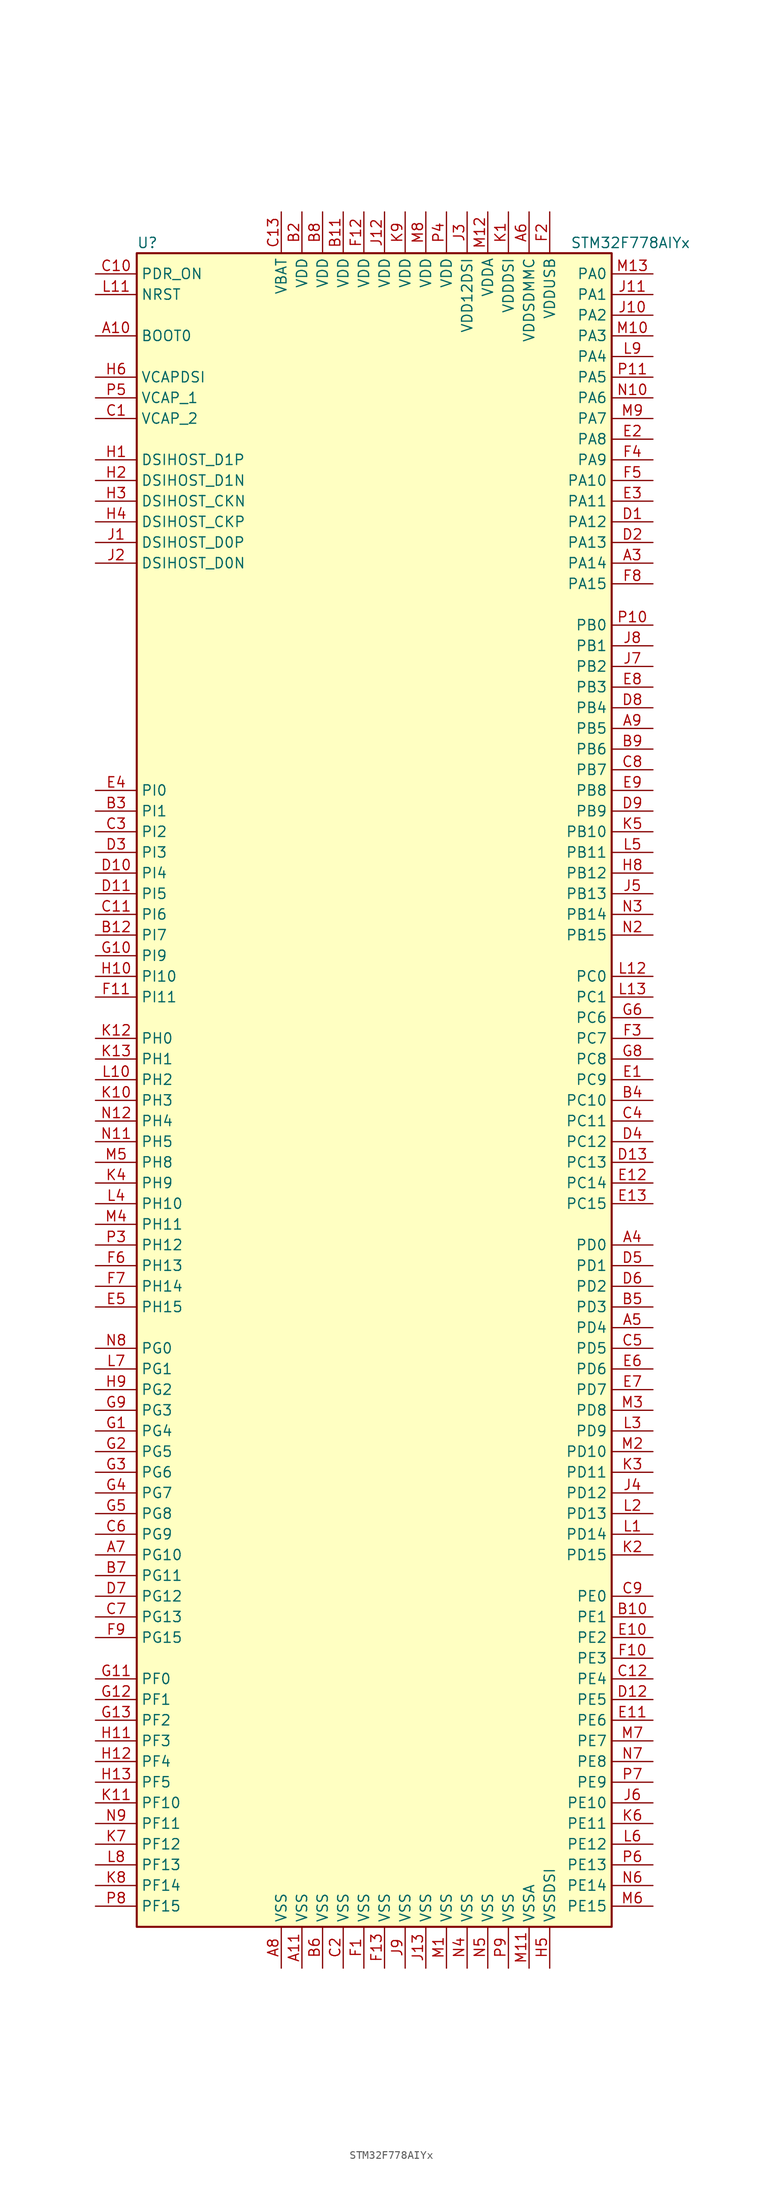
<source format=kicad_sym>
(kicad_symbol_lib
  (version 20201005)
  (generator kicad_symbol_editor)
  (symbol "MCU_ST_STM32F7:STM32F778AIYx"
    (property "Reference" "U"
      (at -30.48 102.87 0)
      (effects (font (size 1.27 1.27)) (justify left)))
    (property "Value" "STM32F778AIYx"
      (at 22.86 102.87 0)
      (effects (font (size 1.27 1.27)) (justify left)))
    (symbol "STM32F778AIYx_0_1"
      (rectangle (start -30.48 -104.14) (end 27.94 101.6) (stroke (width 0.254)) (fill (type background))))
    (symbol "STM32F778AIYx_1_1"
      (pin input line (at -35.56 91.44 0) (length 5.08) (name "BOOT0" (effects (font (size 1.27 1.27)))) (number "A10" (effects (font (size 1.27 1.27)))))
      (pin bidirectional line (at -35.56 71.12 0) (length 5.08) (name "DSIHOST_CKN" (effects (font (size 1.27 1.27)))) (number "H3" (effects (font (size 1.27 1.27)))))
      (pin bidirectional line (at -35.56 68.58 0) (length 5.08) (name "DSIHOST_CKP" (effects (font (size 1.27 1.27)))) (number "H4" (effects (font (size 1.27 1.27)))))
      (pin bidirectional line (at -35.56 63.5 0) (length 5.08) (name "DSIHOST_D0N" (effects (font (size 1.27 1.27)))) (number "J2" (effects (font (size 1.27 1.27)))))
      (pin bidirectional line (at -35.56 66.04 0) (length 5.08) (name "DSIHOST_D0P" (effects (font (size 1.27 1.27)))) (number "J1" (effects (font (size 1.27 1.27)))))
      (pin bidirectional line (at -35.56 73.66 0) (length 5.08) (name "DSIHOST_D1N" (effects (font (size 1.27 1.27)))) (number "H2" (effects (font (size 1.27 1.27)))))
      (pin bidirectional line (at -35.56 76.2 0) (length 5.08) (name "DSIHOST_D1P" (effects (font (size 1.27 1.27)))) (number "H1" (effects (font (size 1.27 1.27)))))
      (pin no_connect line (at -30.48 -101.6 0) (length 5.08) hide (name "NC" (effects (font (size 1.27 1.27)))) (number "A1" (effects (font (size 1.27 1.27)))))
      (pin no_connect line (at -30.48 -96.52 0) (length 5.08) hide (name "NC" (effects (font (size 1.27 1.27)))) (number "A12" (effects (font (size 1.27 1.27)))))
      (pin no_connect line (at -30.48 -93.98 0) (length 5.08) hide (name "NC" (effects (font (size 1.27 1.27)))) (number "A13" (effects (font (size 1.27 1.27)))))
      (pin no_connect line (at -30.48 -99.06 0) (length 5.08) hide (name "NC" (effects (font (size 1.27 1.27)))) (number "A2" (effects (font (size 1.27 1.27)))))
      (pin no_connect line (at -30.48 -91.44 0) (length 5.08) hide (name "NC" (effects (font (size 1.27 1.27)))) (number "B1" (effects (font (size 1.27 1.27)))))
      (pin no_connect line (at -30.48 -88.9 0) (length 5.08) hide (name "NC" (effects (font (size 1.27 1.27)))) (number "B13" (effects (font (size 1.27 1.27)))))
      (pin no_connect line (at -30.48 -86.36 0) (length 5.08) hide (name "NC" (effects (font (size 1.27 1.27)))) (number "N1" (effects (font (size 1.27 1.27)))))
      (pin no_connect line (at -30.48 -83.82 0) (length 5.08) hide (name "NC" (effects (font (size 1.27 1.27)))) (number "N13" (effects (font (size 1.27 1.27)))))
      (pin no_connect line (at -30.48 -81.28 0) (length 5.08) hide (name "NC" (effects (font (size 1.27 1.27)))) (number "P1" (effects (font (size 1.27 1.27)))))
      (pin no_connect line (at -30.48 -76.2 0) (length 5.08) hide (name "NC" (effects (font (size 1.27 1.27)))) (number "P12" (effects (font (size 1.27 1.27)))))
      (pin no_connect line (at -30.48 -73.66 0) (length 5.08) hide (name "NC" (effects (font (size 1.27 1.27)))) (number "P13" (effects (font (size 1.27 1.27)))))
      (pin no_connect line (at -30.48 -78.74 0) (length 5.08) hide (name "NC" (effects (font (size 1.27 1.27)))) (number "P2" (effects (font (size 1.27 1.27)))))
      (pin input line (at -35.56 96.52 0) (length 5.08) (name "NRST" (effects (font (size 1.27 1.27)))) (number "L11" (effects (font (size 1.27 1.27)))))
      (pin bidirectional line (at 33.02 99.06 180) (length 5.08) (name "PA0" (effects (font (size 1.27 1.27)))) (number "M13" (effects (font (size 1.27 1.27)))))
      (pin bidirectional line (at 33.02 96.52 180) (length 5.08) (name "PA1" (effects (font (size 1.27 1.27)))) (number "J11" (effects (font (size 1.27 1.27)))))
      (pin bidirectional line (at 33.02 73.66 180) (length 5.08) (name "PA10" (effects (font (size 1.27 1.27)))) (number "F5" (effects (font (size 1.27 1.27)))))
      (pin bidirectional line (at 33.02 71.12 180) (length 5.08) (name "PA11" (effects (font (size 1.27 1.27)))) (number "E3" (effects (font (size 1.27 1.27)))))
      (pin bidirectional line (at 33.02 68.58 180) (length 5.08) (name "PA12" (effects (font (size 1.27 1.27)))) (number "D1" (effects (font (size 1.27 1.27)))))
      (pin bidirectional line (at 33.02 66.04 180) (length 5.08) (name "PA13" (effects (font (size 1.27 1.27)))) (number "D2" (effects (font (size 1.27 1.27)))))
      (pin bidirectional line (at 33.02 63.5 180) (length 5.08) (name "PA14" (effects (font (size 1.27 1.27)))) (number "A3" (effects (font (size 1.27 1.27)))))
      (pin bidirectional line (at 33.02 60.96 180) (length 5.08) (name "PA15" (effects (font (size 1.27 1.27)))) (number "F8" (effects (font (size 1.27 1.27)))))
      (pin bidirectional line (at 33.02 93.98 180) (length 5.08) (name "PA2" (effects (font (size 1.27 1.27)))) (number "J10" (effects (font (size 1.27 1.27)))))
      (pin bidirectional line (at 33.02 91.44 180) (length 5.08) (name "PA3" (effects (font (size 1.27 1.27)))) (number "M10" (effects (font (size 1.27 1.27)))))
      (pin bidirectional line (at 33.02 88.9 180) (length 5.08) (name "PA4" (effects (font (size 1.27 1.27)))) (number "L9" (effects (font (size 1.27 1.27)))))
      (pin bidirectional line (at 33.02 86.36 180) (length 5.08) (name "PA5" (effects (font (size 1.27 1.27)))) (number "P11" (effects (font (size 1.27 1.27)))))
      (pin bidirectional line (at 33.02 83.82 180) (length 5.08) (name "PA6" (effects (font (size 1.27 1.27)))) (number "N10" (effects (font (size 1.27 1.27)))))
      (pin bidirectional line (at 33.02 81.28 180) (length 5.08) (name "PA7" (effects (font (size 1.27 1.27)))) (number "M9" (effects (font (size 1.27 1.27)))))
      (pin bidirectional line (at 33.02 78.74 180) (length 5.08) (name "PA8" (effects (font (size 1.27 1.27)))) (number "E2" (effects (font (size 1.27 1.27)))))
      (pin bidirectional line (at 33.02 76.2 180) (length 5.08) (name "PA9" (effects (font (size 1.27 1.27)))) (number "F4" (effects (font (size 1.27 1.27)))))
      (pin bidirectional line (at 33.02 55.88 180) (length 5.08) (name "PB0" (effects (font (size 1.27 1.27)))) (number "P10" (effects (font (size 1.27 1.27)))))
      (pin bidirectional line (at 33.02 53.34 180) (length 5.08) (name "PB1" (effects (font (size 1.27 1.27)))) (number "J8" (effects (font (size 1.27 1.27)))))
      (pin bidirectional line (at 33.02 30.48 180) (length 5.08) (name "PB10" (effects (font (size 1.27 1.27)))) (number "K5" (effects (font (size 1.27 1.27)))))
      (pin bidirectional line (at 33.02 27.94 180) (length 5.08) (name "PB11" (effects (font (size 1.27 1.27)))) (number "L5" (effects (font (size 1.27 1.27)))))
      (pin bidirectional line (at 33.02 25.4 180) (length 5.08) (name "PB12" (effects (font (size 1.27 1.27)))) (number "H8" (effects (font (size 1.27 1.27)))))
      (pin bidirectional line (at 33.02 22.86 180) (length 5.08) (name "PB13" (effects (font (size 1.27 1.27)))) (number "J5" (effects (font (size 1.27 1.27)))))
      (pin bidirectional line (at 33.02 20.32 180) (length 5.08) (name "PB14" (effects (font (size 1.27 1.27)))) (number "N3" (effects (font (size 1.27 1.27)))))
      (pin bidirectional line (at 33.02 17.78 180) (length 5.08) (name "PB15" (effects (font (size 1.27 1.27)))) (number "N2" (effects (font (size 1.27 1.27)))))
      (pin bidirectional line (at 33.02 50.8 180) (length 5.08) (name "PB2" (effects (font (size 1.27 1.27)))) (number "J7" (effects (font (size 1.27 1.27)))))
      (pin bidirectional line (at 33.02 48.26 180) (length 5.08) (name "PB3" (effects (font (size 1.27 1.27)))) (number "E8" (effects (font (size 1.27 1.27)))))
      (pin bidirectional line (at 33.02 45.72 180) (length 5.08) (name "PB4" (effects (font (size 1.27 1.27)))) (number "D8" (effects (font (size 1.27 1.27)))))
      (pin bidirectional line (at 33.02 43.18 180) (length 5.08) (name "PB5" (effects (font (size 1.27 1.27)))) (number "A9" (effects (font (size 1.27 1.27)))))
      (pin bidirectional line (at 33.02 40.64 180) (length 5.08) (name "PB6" (effects (font (size 1.27 1.27)))) (number "B9" (effects (font (size 1.27 1.27)))))
      (pin bidirectional line (at 33.02 38.1 180) (length 5.08) (name "PB7" (effects (font (size 1.27 1.27)))) (number "C8" (effects (font (size 1.27 1.27)))))
      (pin bidirectional line (at 33.02 35.56 180) (length 5.08) (name "PB8" (effects (font (size 1.27 1.27)))) (number "E9" (effects (font (size 1.27 1.27)))))
      (pin bidirectional line (at 33.02 33.02 180) (length 5.08) (name "PB9" (effects (font (size 1.27 1.27)))) (number "D9" (effects (font (size 1.27 1.27)))))
      (pin bidirectional line (at 33.02 12.7 180) (length 5.08) (name "PC0" (effects (font (size 1.27 1.27)))) (number "L12" (effects (font (size 1.27 1.27)))))
      (pin bidirectional line (at 33.02 10.16 180) (length 5.08) (name "PC1" (effects (font (size 1.27 1.27)))) (number "L13" (effects (font (size 1.27 1.27)))))
      (pin bidirectional line (at 33.02 -2.54 180) (length 5.08) (name "PC10" (effects (font (size 1.27 1.27)))) (number "B4" (effects (font (size 1.27 1.27)))))
      (pin bidirectional line (at 33.02 -5.08 180) (length 5.08) (name "PC11" (effects (font (size 1.27 1.27)))) (number "C4" (effects (font (size 1.27 1.27)))))
      (pin bidirectional line (at 33.02 -7.62 180) (length 5.08) (name "PC12" (effects (font (size 1.27 1.27)))) (number "D4" (effects (font (size 1.27 1.27)))))
      (pin bidirectional line (at 33.02 -10.16 180) (length 5.08) (name "PC13" (effects (font (size 1.27 1.27)))) (number "D13" (effects (font (size 1.27 1.27)))))
      (pin bidirectional line (at 33.02 -12.7 180) (length 5.08) (name "PC14" (effects (font (size 1.27 1.27)))) (number "E12" (effects (font (size 1.27 1.27)))))
      (pin bidirectional line (at 33.02 -15.24 180) (length 5.08) (name "PC15" (effects (font (size 1.27 1.27)))) (number "E13" (effects (font (size 1.27 1.27)))))
      (pin bidirectional line (at 33.02 7.62 180) (length 5.08) (name "PC6" (effects (font (size 1.27 1.27)))) (number "G6" (effects (font (size 1.27 1.27)))))
      (pin bidirectional line (at 33.02 5.08 180) (length 5.08) (name "PC7" (effects (font (size 1.27 1.27)))) (number "F3" (effects (font (size 1.27 1.27)))))
      (pin bidirectional line (at 33.02 2.54 180) (length 5.08) (name "PC8" (effects (font (size 1.27 1.27)))) (number "G8" (effects (font (size 1.27 1.27)))))
      (pin bidirectional line (at 33.02 0 180) (length 5.08) (name "PC9" (effects (font (size 1.27 1.27)))) (number "E1" (effects (font (size 1.27 1.27)))))
      (pin bidirectional line (at 33.02 -20.32 180) (length 5.08) (name "PD0" (effects (font (size 1.27 1.27)))) (number "A4" (effects (font (size 1.27 1.27)))))
      (pin bidirectional line (at 33.02 -22.86 180) (length 5.08) (name "PD1" (effects (font (size 1.27 1.27)))) (number "D5" (effects (font (size 1.27 1.27)))))
      (pin bidirectional line (at 33.02 -45.72 180) (length 5.08) (name "PD10" (effects (font (size 1.27 1.27)))) (number "M2" (effects (font (size 1.27 1.27)))))
      (pin bidirectional line (at 33.02 -48.26 180) (length 5.08) (name "PD11" (effects (font (size 1.27 1.27)))) (number "K3" (effects (font (size 1.27 1.27)))))
      (pin bidirectional line (at 33.02 -50.8 180) (length 5.08) (name "PD12" (effects (font (size 1.27 1.27)))) (number "J4" (effects (font (size 1.27 1.27)))))
      (pin bidirectional line (at 33.02 -53.34 180) (length 5.08) (name "PD13" (effects (font (size 1.27 1.27)))) (number "L2" (effects (font (size 1.27 1.27)))))
      (pin bidirectional line (at 33.02 -55.88 180) (length 5.08) (name "PD14" (effects (font (size 1.27 1.27)))) (number "L1" (effects (font (size 1.27 1.27)))))
      (pin bidirectional line (at 33.02 -58.42 180) (length 5.08) (name "PD15" (effects (font (size 1.27 1.27)))) (number "K2" (effects (font (size 1.27 1.27)))))
      (pin bidirectional line (at 33.02 -25.4 180) (length 5.08) (name "PD2" (effects (font (size 1.27 1.27)))) (number "D6" (effects (font (size 1.27 1.27)))))
      (pin bidirectional line (at 33.02 -27.94 180) (length 5.08) (name "PD3" (effects (font (size 1.27 1.27)))) (number "B5" (effects (font (size 1.27 1.27)))))
      (pin bidirectional line (at 33.02 -30.48 180) (length 5.08) (name "PD4" (effects (font (size 1.27 1.27)))) (number "A5" (effects (font (size 1.27 1.27)))))
      (pin bidirectional line (at 33.02 -33.02 180) (length 5.08) (name "PD5" (effects (font (size 1.27 1.27)))) (number "C5" (effects (font (size 1.27 1.27)))))
      (pin bidirectional line (at 33.02 -35.56 180) (length 5.08) (name "PD6" (effects (font (size 1.27 1.27)))) (number "E6" (effects (font (size 1.27 1.27)))))
      (pin bidirectional line (at 33.02 -38.1 180) (length 5.08) (name "PD7" (effects (font (size 1.27 1.27)))) (number "E7" (effects (font (size 1.27 1.27)))))
      (pin bidirectional line (at 33.02 -40.64 180) (length 5.08) (name "PD8" (effects (font (size 1.27 1.27)))) (number "M3" (effects (font (size 1.27 1.27)))))
      (pin bidirectional line (at 33.02 -43.18 180) (length 5.08) (name "PD9" (effects (font (size 1.27 1.27)))) (number "L3" (effects (font (size 1.27 1.27)))))
      (pin input line (at -35.56 99.06 0) (length 5.08) (name "PDR_ON" (effects (font (size 1.27 1.27)))) (number "C10" (effects (font (size 1.27 1.27)))))
      (pin bidirectional line (at 33.02 -63.5 180) (length 5.08) (name "PE0" (effects (font (size 1.27 1.27)))) (number "C9" (effects (font (size 1.27 1.27)))))
      (pin bidirectional line (at 33.02 -66.04 180) (length 5.08) (name "PE1" (effects (font (size 1.27 1.27)))) (number "B10" (effects (font (size 1.27 1.27)))))
      (pin bidirectional line (at 33.02 -88.9 180) (length 5.08) (name "PE10" (effects (font (size 1.27 1.27)))) (number "J6" (effects (font (size 1.27 1.27)))))
      (pin bidirectional line (at 33.02 -91.44 180) (length 5.08) (name "PE11" (effects (font (size 1.27 1.27)))) (number "K6" (effects (font (size 1.27 1.27)))))
      (pin bidirectional line (at 33.02 -93.98 180) (length 5.08) (name "PE12" (effects (font (size 1.27 1.27)))) (number "L6" (effects (font (size 1.27 1.27)))))
      (pin bidirectional line (at 33.02 -96.52 180) (length 5.08) (name "PE13" (effects (font (size 1.27 1.27)))) (number "P6" (effects (font (size 1.27 1.27)))))
      (pin bidirectional line (at 33.02 -99.06 180) (length 5.08) (name "PE14" (effects (font (size 1.27 1.27)))) (number "N6" (effects (font (size 1.27 1.27)))))
      (pin bidirectional line (at 33.02 -101.6 180) (length 5.08) (name "PE15" (effects (font (size 1.27 1.27)))) (number "M6" (effects (font (size 1.27 1.27)))))
      (pin bidirectional line (at 33.02 -68.58 180) (length 5.08) (name "PE2" (effects (font (size 1.27 1.27)))) (number "E10" (effects (font (size 1.27 1.27)))))
      (pin bidirectional line (at 33.02 -71.12 180) (length 5.08) (name "PE3" (effects (font (size 1.27 1.27)))) (number "F10" (effects (font (size 1.27 1.27)))))
      (pin bidirectional line (at 33.02 -73.66 180) (length 5.08) (name "PE4" (effects (font (size 1.27 1.27)))) (number "C12" (effects (font (size 1.27 1.27)))))
      (pin bidirectional line (at 33.02 -76.2 180) (length 5.08) (name "PE5" (effects (font (size 1.27 1.27)))) (number "D12" (effects (font (size 1.27 1.27)))))
      (pin bidirectional line (at 33.02 -78.74 180) (length 5.08) (name "PE6" (effects (font (size 1.27 1.27)))) (number "E11" (effects (font (size 1.27 1.27)))))
      (pin bidirectional line (at 33.02 -81.28 180) (length 5.08) (name "PE7" (effects (font (size 1.27 1.27)))) (number "M7" (effects (font (size 1.27 1.27)))))
      (pin bidirectional line (at 33.02 -83.82 180) (length 5.08) (name "PE8" (effects (font (size 1.27 1.27)))) (number "N7" (effects (font (size 1.27 1.27)))))
      (pin bidirectional line (at 33.02 -86.36 180) (length 5.08) (name "PE9" (effects (font (size 1.27 1.27)))) (number "P7" (effects (font (size 1.27 1.27)))))
      (pin bidirectional line (at -35.56 -73.66 0) (length 5.08) (name "PF0" (effects (font (size 1.27 1.27)))) (number "G11" (effects (font (size 1.27 1.27)))))
      (pin bidirectional line (at -35.56 -76.2 0) (length 5.08) (name "PF1" (effects (font (size 1.27 1.27)))) (number "G12" (effects (font (size 1.27 1.27)))))
      (pin bidirectional line (at -35.56 -88.9 0) (length 5.08) (name "PF10" (effects (font (size 1.27 1.27)))) (number "K11" (effects (font (size 1.27 1.27)))))
      (pin bidirectional line (at -35.56 -91.44 0) (length 5.08) (name "PF11" (effects (font (size 1.27 1.27)))) (number "N9" (effects (font (size 1.27 1.27)))))
      (pin bidirectional line (at -35.56 -93.98 0) (length 5.08) (name "PF12" (effects (font (size 1.27 1.27)))) (number "K7" (effects (font (size 1.27 1.27)))))
      (pin bidirectional line (at -35.56 -96.52 0) (length 5.08) (name "PF13" (effects (font (size 1.27 1.27)))) (number "L8" (effects (font (size 1.27 1.27)))))
      (pin bidirectional line (at -35.56 -99.06 0) (length 5.08) (name "PF14" (effects (font (size 1.27 1.27)))) (number "K8" (effects (font (size 1.27 1.27)))))
      (pin bidirectional line (at -35.56 -101.6 0) (length 5.08) (name "PF15" (effects (font (size 1.27 1.27)))) (number "P8" (effects (font (size 1.27 1.27)))))
      (pin bidirectional line (at -35.56 -78.74 0) (length 5.08) (name "PF2" (effects (font (size 1.27 1.27)))) (number "G13" (effects (font (size 1.27 1.27)))))
      (pin bidirectional line (at -35.56 -81.28 0) (length 5.08) (name "PF3" (effects (font (size 1.27 1.27)))) (number "H11" (effects (font (size 1.27 1.27)))))
      (pin bidirectional line (at -35.56 -83.82 0) (length 5.08) (name "PF4" (effects (font (size 1.27 1.27)))) (number "H12" (effects (font (size 1.27 1.27)))))
      (pin bidirectional line (at -35.56 -86.36 0) (length 5.08) (name "PF5" (effects (font (size 1.27 1.27)))) (number "H13" (effects (font (size 1.27 1.27)))))
      (pin bidirectional line (at -35.56 -33.02 0) (length 5.08) (name "PG0" (effects (font (size 1.27 1.27)))) (number "N8" (effects (font (size 1.27 1.27)))))
      (pin bidirectional line (at -35.56 -35.56 0) (length 5.08) (name "PG1" (effects (font (size 1.27 1.27)))) (number "L7" (effects (font (size 1.27 1.27)))))
      (pin bidirectional line (at -35.56 -58.42 0) (length 5.08) (name "PG10" (effects (font (size 1.27 1.27)))) (number "A7" (effects (font (size 1.27 1.27)))))
      (pin bidirectional line (at -35.56 -60.96 0) (length 5.08) (name "PG11" (effects (font (size 1.27 1.27)))) (number "B7" (effects (font (size 1.27 1.27)))))
      (pin bidirectional line (at -35.56 -63.5 0) (length 5.08) (name "PG12" (effects (font (size 1.27 1.27)))) (number "D7" (effects (font (size 1.27 1.27)))))
      (pin bidirectional line (at -35.56 -66.04 0) (length 5.08) (name "PG13" (effects (font (size 1.27 1.27)))) (number "C7" (effects (font (size 1.27 1.27)))))
      (pin bidirectional line (at -35.56 -68.58 0) (length 5.08) (name "PG15" (effects (font (size 1.27 1.27)))) (number "F9" (effects (font (size 1.27 1.27)))))
      (pin bidirectional line (at -35.56 -38.1 0) (length 5.08) (name "PG2" (effects (font (size 1.27 1.27)))) (number "H9" (effects (font (size 1.27 1.27)))))
      (pin bidirectional line (at -35.56 -40.64 0) (length 5.08) (name "PG3" (effects (font (size 1.27 1.27)))) (number "G9" (effects (font (size 1.27 1.27)))))
      (pin bidirectional line (at -35.56 -43.18 0) (length 5.08) (name "PG4" (effects (font (size 1.27 1.27)))) (number "G1" (effects (font (size 1.27 1.27)))))
      (pin bidirectional line (at -35.56 -45.72 0) (length 5.08) (name "PG5" (effects (font (size 1.27 1.27)))) (number "G2" (effects (font (size 1.27 1.27)))))
      (pin bidirectional line (at -35.56 -48.26 0) (length 5.08) (name "PG6" (effects (font (size 1.27 1.27)))) (number "G3" (effects (font (size 1.27 1.27)))))
      (pin bidirectional line (at -35.56 -50.8 0) (length 5.08) (name "PG7" (effects (font (size 1.27 1.27)))) (number "G4" (effects (font (size 1.27 1.27)))))
      (pin bidirectional line (at -35.56 -53.34 0) (length 5.08) (name "PG8" (effects (font (size 1.27 1.27)))) (number "G5" (effects (font (size 1.27 1.27)))))
      (pin bidirectional line (at -35.56 -55.88 0) (length 5.08) (name "PG9" (effects (font (size 1.27 1.27)))) (number "C6" (effects (font (size 1.27 1.27)))))
      (pin input line (at -35.56 5.08 0) (length 5.08) (name "PH0" (effects (font (size 1.27 1.27)))) (number "K12" (effects (font (size 1.27 1.27)))))
      (pin input line (at -35.56 2.54 0) (length 5.08) (name "PH1" (effects (font (size 1.27 1.27)))) (number "K13" (effects (font (size 1.27 1.27)))))
      (pin bidirectional line (at -35.56 -15.24 0) (length 5.08) (name "PH10" (effects (font (size 1.27 1.27)))) (number "L4" (effects (font (size 1.27 1.27)))))
      (pin bidirectional line (at -35.56 -17.78 0) (length 5.08) (name "PH11" (effects (font (size 1.27 1.27)))) (number "M4" (effects (font (size 1.27 1.27)))))
      (pin bidirectional line (at -35.56 -20.32 0) (length 5.08) (name "PH12" (effects (font (size 1.27 1.27)))) (number "P3" (effects (font (size 1.27 1.27)))))
      (pin bidirectional line (at -35.56 -22.86 0) (length 5.08) (name "PH13" (effects (font (size 1.27 1.27)))) (number "F6" (effects (font (size 1.27 1.27)))))
      (pin bidirectional line (at -35.56 -25.4 0) (length 5.08) (name "PH14" (effects (font (size 1.27 1.27)))) (number "F7" (effects (font (size 1.27 1.27)))))
      (pin bidirectional line (at -35.56 -27.94 0) (length 5.08) (name "PH15" (effects (font (size 1.27 1.27)))) (number "E5" (effects (font (size 1.27 1.27)))))
      (pin bidirectional line (at -35.56 0 0) (length 5.08) (name "PH2" (effects (font (size 1.27 1.27)))) (number "L10" (effects (font (size 1.27 1.27)))))
      (pin bidirectional line (at -35.56 -2.54 0) (length 5.08) (name "PH3" (effects (font (size 1.27 1.27)))) (number "K10" (effects (font (size 1.27 1.27)))))
      (pin bidirectional line (at -35.56 -5.08 0) (length 5.08) (name "PH4" (effects (font (size 1.27 1.27)))) (number "N12" (effects (font (size 1.27 1.27)))))
      (pin bidirectional line (at -35.56 -7.62 0) (length 5.08) (name "PH5" (effects (font (size 1.27 1.27)))) (number "N11" (effects (font (size 1.27 1.27)))))
      (pin bidirectional line (at -35.56 -10.16 0) (length 5.08) (name "PH8" (effects (font (size 1.27 1.27)))) (number "M5" (effects (font (size 1.27 1.27)))))
      (pin bidirectional line (at -35.56 -12.7 0) (length 5.08) (name "PH9" (effects (font (size 1.27 1.27)))) (number "K4" (effects (font (size 1.27 1.27)))))
      (pin bidirectional line (at -35.56 35.56 0) (length 5.08) (name "PI0" (effects (font (size 1.27 1.27)))) (number "E4" (effects (font (size 1.27 1.27)))))
      (pin bidirectional line (at -35.56 33.02 0) (length 5.08) (name "PI1" (effects (font (size 1.27 1.27)))) (number "B3" (effects (font (size 1.27 1.27)))))
      (pin bidirectional line (at -35.56 12.7 0) (length 5.08) (name "PI10" (effects (font (size 1.27 1.27)))) (number "H10" (effects (font (size 1.27 1.27)))))
      (pin bidirectional line (at -35.56 10.16 0) (length 5.08) (name "PI11" (effects (font (size 1.27 1.27)))) (number "F11" (effects (font (size 1.27 1.27)))))
      (pin bidirectional line (at -35.56 30.48 0) (length 5.08) (name "PI2" (effects (font (size 1.27 1.27)))) (number "C3" (effects (font (size 1.27 1.27)))))
      (pin bidirectional line (at -35.56 27.94 0) (length 5.08) (name "PI3" (effects (font (size 1.27 1.27)))) (number "D3" (effects (font (size 1.27 1.27)))))
      (pin bidirectional line (at -35.56 25.4 0) (length 5.08) (name "PI4" (effects (font (size 1.27 1.27)))) (number "D10" (effects (font (size 1.27 1.27)))))
      (pin bidirectional line (at -35.56 22.86 0) (length 5.08) (name "PI5" (effects (font (size 1.27 1.27)))) (number "D11" (effects (font (size 1.27 1.27)))))
      (pin bidirectional line (at -35.56 20.32 0) (length 5.08) (name "PI6" (effects (font (size 1.27 1.27)))) (number "C11" (effects (font (size 1.27 1.27)))))
      (pin bidirectional line (at -35.56 17.78 0) (length 5.08) (name "PI7" (effects (font (size 1.27 1.27)))) (number "B12" (effects (font (size 1.27 1.27)))))
      (pin bidirectional line (at -35.56 15.24 0) (length 5.08) (name "PI9" (effects (font (size 1.27 1.27)))) (number "G10" (effects (font (size 1.27 1.27)))))
      (pin power_in line (at -12.7 106.68 270) (length 5.08) (name "VBAT" (effects (font (size 1.27 1.27)))) (number "C13" (effects (font (size 1.27 1.27)))))
      (pin power_in line (at -35.56 86.36 0) (length 5.08) (name "VCAPDSI" (effects (font (size 1.27 1.27)))) (number "H6" (effects (font (size 1.27 1.27)))))
      (pin power_in line (at -35.56 83.82 0) (length 5.08) (name "VCAP_1" (effects (font (size 1.27 1.27)))) (number "P5" (effects (font (size 1.27 1.27)))))
      (pin power_in line (at -35.56 81.28 0) (length 5.08) (name "VCAP_2" (effects (font (size 1.27 1.27)))) (number "C1" (effects (font (size 1.27 1.27)))))
      (pin power_in line (at -5.08 106.68 270) (length 5.08) (name "VDD" (effects (font (size 1.27 1.27)))) (number "B11" (effects (font (size 1.27 1.27)))))
      (pin power_in line (at -10.16 106.68 270) (length 5.08) (name "VDD" (effects (font (size 1.27 1.27)))) (number "B2" (effects (font (size 1.27 1.27)))))
      (pin power_in line (at -7.62 106.68 270) (length 5.08) (name "VDD" (effects (font (size 1.27 1.27)))) (number "B8" (effects (font (size 1.27 1.27)))))
      (pin power_in line (at -2.54 106.68 270) (length 5.08) (name "VDD" (effects (font (size 1.27 1.27)))) (number "F12" (effects (font (size 1.27 1.27)))))
      (pin power_in line (at 0 106.68 270) (length 5.08) (name "VDD" (effects (font (size 1.27 1.27)))) (number "J12" (effects (font (size 1.27 1.27)))))
      (pin power_in line (at 2.54 106.68 270) (length 5.08) (name "VDD" (effects (font (size 1.27 1.27)))) (number "K9" (effects (font (size 1.27 1.27)))))
      (pin power_in line (at 5.08 106.68 270) (length 5.08) (name "VDD" (effects (font (size 1.27 1.27)))) (number "M8" (effects (font (size 1.27 1.27)))))
      (pin power_in line (at 7.62 106.68 270) (length 5.08) (name "VDD" (effects (font (size 1.27 1.27)))) (number "P4" (effects (font (size 1.27 1.27)))))
      (pin power_in line (at 10.16 106.68 270) (length 5.08) (name "VDD12DSI" (effects (font (size 1.27 1.27)))) (number "J3" (effects (font (size 1.27 1.27)))))
      (pin power_in line (at 12.7 106.68 270) (length 5.08) (name "VDDA" (effects (font (size 1.27 1.27)))) (number "M12" (effects (font (size 1.27 1.27)))))
      (pin power_in line (at 15.24 106.68 270) (length 5.08) (name "VDDDSI" (effects (font (size 1.27 1.27)))) (number "K1" (effects (font (size 1.27 1.27)))))
      (pin power_in line (at 17.78 106.68 270) (length 5.08) (name "VDDSDMMC" (effects (font (size 1.27 1.27)))) (number "A6" (effects (font (size 1.27 1.27)))))
      (pin power_in line (at 20.32 106.68 270) (length 5.08) (name "VDDUSB" (effects (font (size 1.27 1.27)))) (number "F2" (effects (font (size 1.27 1.27)))))
      (pin power_in line (at -10.16 -109.22 90) (length 5.08) (name "VSS" (effects (font (size 1.27 1.27)))) (number "A11" (effects (font (size 1.27 1.27)))))
      (pin power_in line (at -12.7 -109.22 90) (length 5.08) (name "VSS" (effects (font (size 1.27 1.27)))) (number "A8" (effects (font (size 1.27 1.27)))))
      (pin power_in line (at -7.62 -109.22 90) (length 5.08) (name "VSS" (effects (font (size 1.27 1.27)))) (number "B6" (effects (font (size 1.27 1.27)))))
      (pin power_in line (at -5.08 -109.22 90) (length 5.08) (name "VSS" (effects (font (size 1.27 1.27)))) (number "C2" (effects (font (size 1.27 1.27)))))
      (pin power_in line (at -2.54 -109.22 90) (length 5.08) (name "VSS" (effects (font (size 1.27 1.27)))) (number "F1" (effects (font (size 1.27 1.27)))))
      (pin power_in line (at 0 -109.22 90) (length 5.08) (name "VSS" (effects (font (size 1.27 1.27)))) (number "F13" (effects (font (size 1.27 1.27)))))
      (pin power_in line (at 5.08 -109.22 90) (length 5.08) (name "VSS" (effects (font (size 1.27 1.27)))) (number "J13" (effects (font (size 1.27 1.27)))))
      (pin power_in line (at 2.54 -109.22 90) (length 5.08) (name "VSS" (effects (font (size 1.27 1.27)))) (number "J9" (effects (font (size 1.27 1.27)))))
      (pin power_in line (at 7.62 -109.22 90) (length 5.08) (name "VSS" (effects (font (size 1.27 1.27)))) (number "M1" (effects (font (size 1.27 1.27)))))
      (pin power_in line (at 10.16 -109.22 90) (length 5.08) (name "VSS" (effects (font (size 1.27 1.27)))) (number "N4" (effects (font (size 1.27 1.27)))))
      (pin power_in line (at 12.7 -109.22 90) (length 5.08) (name "VSS" (effects (font (size 1.27 1.27)))) (number "N5" (effects (font (size 1.27 1.27)))))
      (pin power_in line (at 15.24 -109.22 90) (length 5.08) (name "VSS" (effects (font (size 1.27 1.27)))) (number "P9" (effects (font (size 1.27 1.27)))))
      (pin power_in line (at 17.78 -109.22 90) (length 5.08) (name "VSSA" (effects (font (size 1.27 1.27)))) (number "M11" (effects (font (size 1.27 1.27)))))
      (pin power_in line (at 20.32 -109.22 90) (length 5.08) (name "VSSDSI" (effects (font (size 1.27 1.27)))) (number "H5" (effects (font (size 1.27 1.27))))))))
</source>
